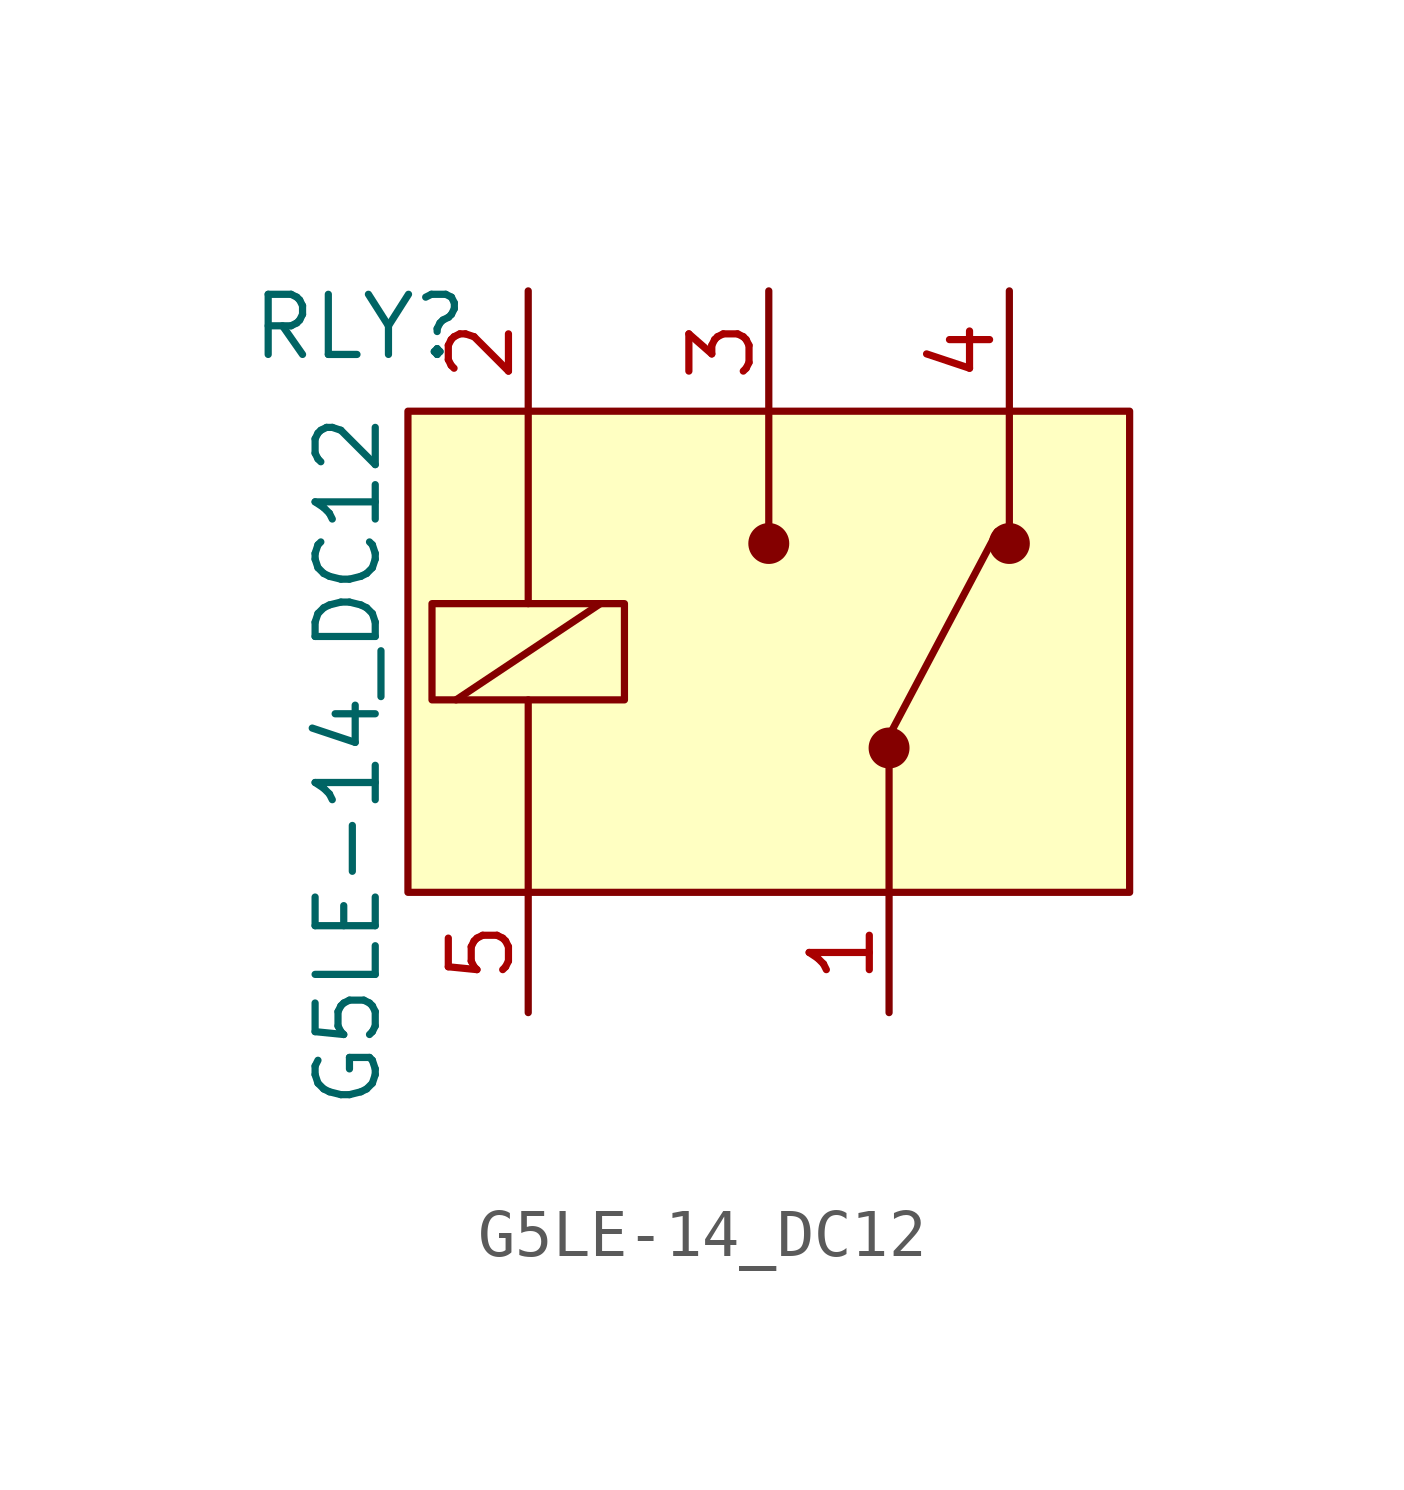
<source format=kicad_sym>
(kicad_symbol_lib
  (version 20220914)
  (generator kicad_symbol_editor)
  (symbol "G5LE-14_DC12"
    (pin_names
      (offset 0) hide)
    (property "Reference" "RLY"
      (at -8.636 6.858 0)
      (effects (font (size 1.27 1.27))))
    (property "Value" "G5LE-14_DC12"
      (at -8.89 5.08 90)
      (effects (font (size 1.27 1.27)) (justify right)))
    (symbol "G5LE-14_DC12_0_1"
      (rectangle (start -7.62 5.08) (end 7.62 -5.08) (stroke (width 0) (type solid)) (fill (type background)))
      (rectangle (start -7.112 1.016) (end -3.048 -1.016) (stroke (width 0) (type solid)) (fill (type none)))
      (polyline (pts (xy -6.604 -1.016) (xy -3.556 1.016)) (stroke (width 0) (type solid)) (fill (type none)))
      (polyline (pts (xy -5.08 -5.08) (xy -5.08 -1.016)) (stroke (width 0) (type solid)) (fill (type none)))
      (polyline (pts (xy -5.08 5.08) (xy -5.08 1.016)) (stroke (width 0) (type solid)) (fill (type none)))
      (polyline (pts (xy 0 5.08) (xy 0 2.54)) (stroke (width 0) (type solid)) (fill (type none)))
      (polyline (pts (xy 2.54 -5.08) (xy 2.54 -2.286)) (stroke (width 0) (type solid)) (fill (type none)))
      (polyline (pts (xy 2.54 -1.778) (xy 4.826 2.54)) (stroke (width 0) (type solid)) (fill (type none)))
      (polyline (pts (xy 5.08 5.08) (xy 5.08 2.54)) (stroke (width 0) (type solid)) (fill (type none)))
      (circle (center 0 2.286) (radius 0.356) (stroke (width 0) (type solid)) (fill (type outline)))
      (circle (center 2.54 -2.032) (radius 0.356) (stroke (width 0) (type solid)) (fill (type outline)))
      (circle (center 5.08 2.286) (radius 0.356) (stroke (width 0) (type solid)) (fill (type outline))))
    (symbol "G5LE-14_DC12_1_1"
      (pin passive line (at 2.54 -7.62 90) (length 2.54) (name "COM" (effects (font (size 1.27 1.27)))) (number "1" (effects (font (size 1.27 1.27)))))
      (pin passive line (at -5.08 7.62 270) (length 2.54) (name "COIL" (effects (font (size 1.27 1.27)))) (number "2" (effects (font (size 1.27 1.27)))))
      (pin passive line (at 0 7.62 270) (length 2.54) (name "NO" (effects (font (size 1.27 1.27)))) (number "3" (effects (font (size 1.27 1.27)))))
      (pin passive line (at 5.08 7.62 270) (length 2.54) (name "NC" (effects (font (size 1.27 1.27)))) (number "4" (effects (font (size 1.27 1.27)))))
      (pin passive line (at -5.08 -7.62 90) (length 2.54) (name "COIL" (effects (font (size 1.27 1.27)))) (number "5" (effects (font (size 1.27 1.27))))))))
</source>
